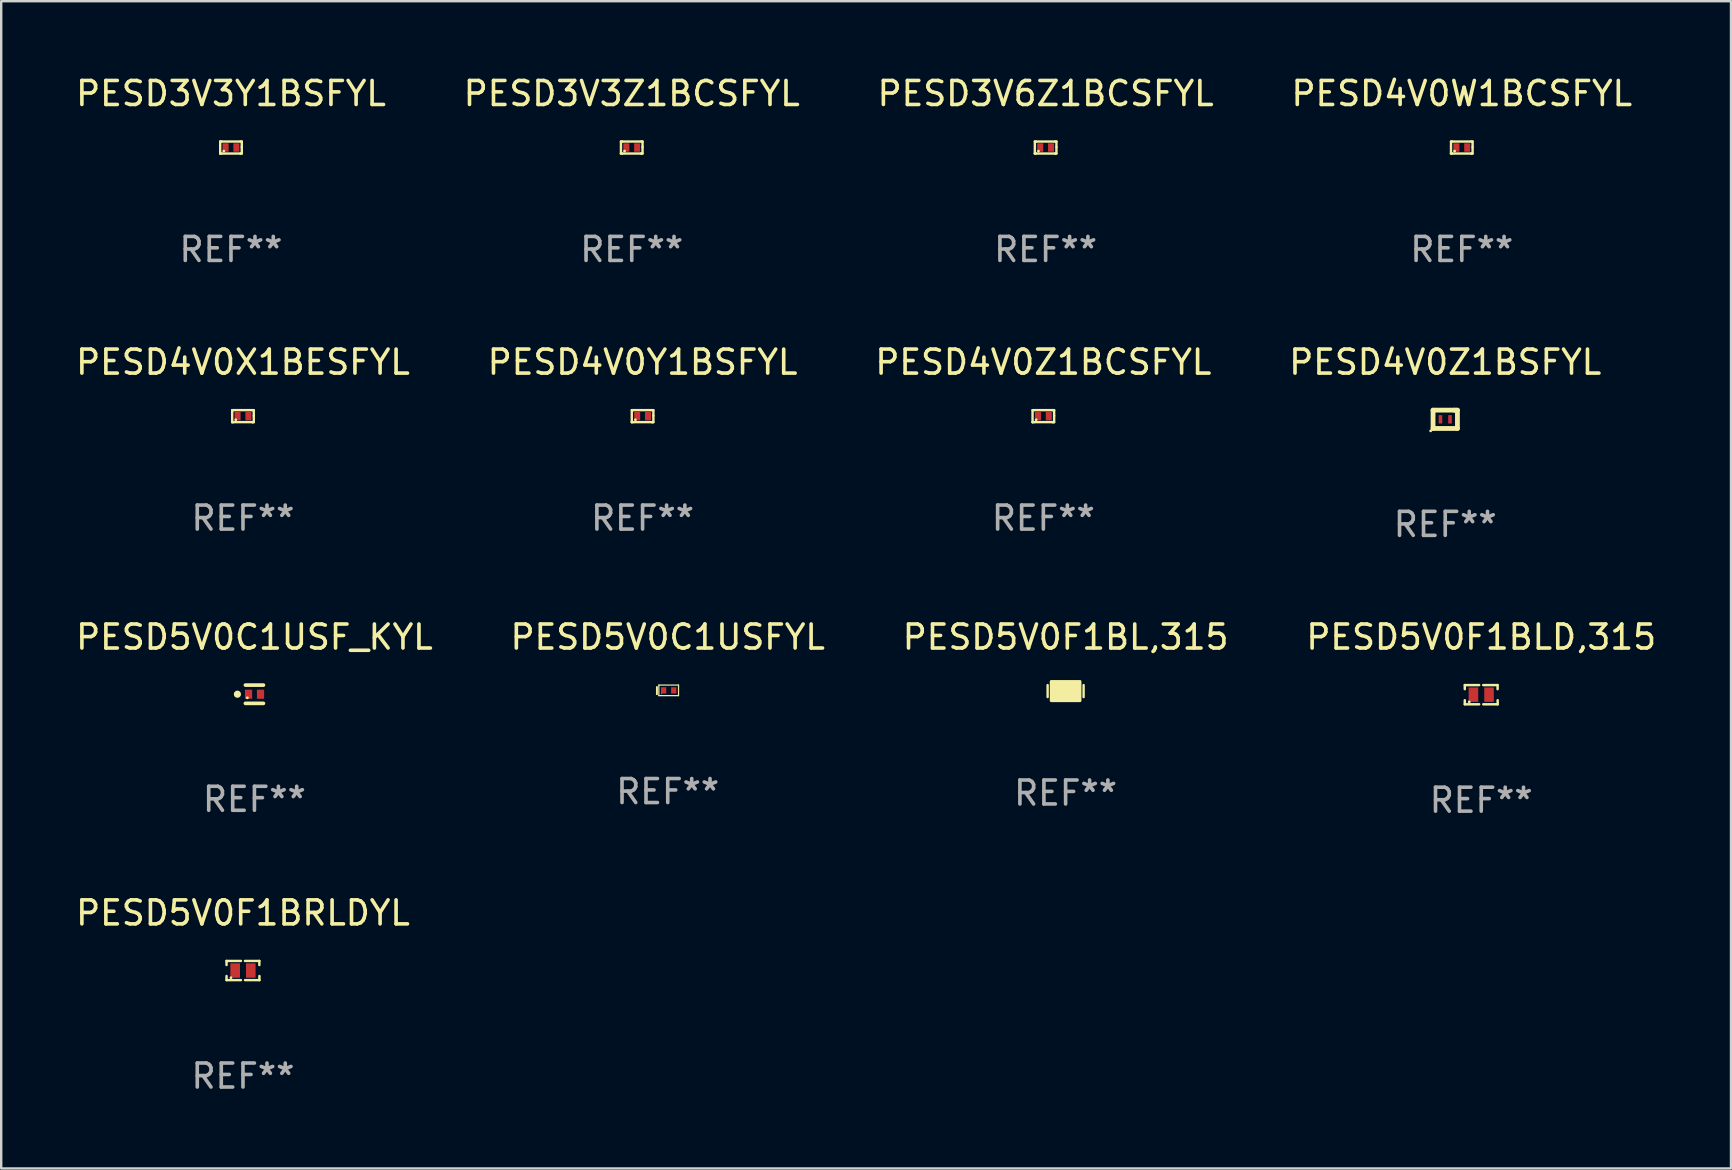
<source format=kicad_pcb>
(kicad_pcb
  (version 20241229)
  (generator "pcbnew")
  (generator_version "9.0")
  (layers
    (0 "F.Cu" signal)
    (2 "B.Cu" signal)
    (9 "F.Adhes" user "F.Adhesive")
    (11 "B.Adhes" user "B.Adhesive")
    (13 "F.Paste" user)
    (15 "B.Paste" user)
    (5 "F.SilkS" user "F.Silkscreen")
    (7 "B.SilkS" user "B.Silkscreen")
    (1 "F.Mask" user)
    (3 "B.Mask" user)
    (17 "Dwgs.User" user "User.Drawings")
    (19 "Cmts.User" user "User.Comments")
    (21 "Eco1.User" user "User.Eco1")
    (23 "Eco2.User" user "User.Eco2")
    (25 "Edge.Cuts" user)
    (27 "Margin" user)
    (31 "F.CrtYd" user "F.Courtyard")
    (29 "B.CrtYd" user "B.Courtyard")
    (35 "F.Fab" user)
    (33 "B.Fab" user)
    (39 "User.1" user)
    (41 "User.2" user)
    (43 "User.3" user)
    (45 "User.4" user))
  (footprint "PESD5V0F1BLD,315"
    (layer "F.Cu")
    (at 58.685 25.903)
    (property "Reference" "PESD5V0F1BLD,315" (at 0 -2.4 0) (layer "F.SilkS") (effects (font (size 1 1) (thickness 0.15))))
    (attr through_hole)
    (fp_line (start -0.685 -0.4) (end -0.685 -0.23) (stroke (width 0.102) (type solid)) (layer "F.SilkS"))
    (fp_line (start -0.685 0.4) (end -0.685 0.23) (stroke (width 0.102) (type solid)) (layer "F.SilkS"))
    (fp_line (start -0.085 -0.4) (end -0.685 -0.4) (stroke (width 0.102) (type solid)) (layer "F.SilkS"))
    (fp_line (start -0.085 0.4) (end -0.685 0.4) (stroke (width 0.102) (type solid)) (layer "F.SilkS"))
    (fp_line (start 0.082 -0.4) (end 0.682 -0.4) (stroke (width 0.102) (type solid)) (layer "F.SilkS"))
    (fp_line (start 0.085 0.4) (end 0.685 0.4) (stroke (width 0.102) (type solid)) (layer "F.SilkS"))
    (fp_line (start 0.682 -0.4) (end 0.682 -0.23) (stroke (width 0.102) (type solid)) (layer "F.SilkS"))
    (fp_line (start 0.685 0.4) (end 0.685 0.23) (stroke (width 0.102) (type solid)) (layer "F.SilkS"))
    (fp_circle (center -0.5 0.3) (end -0.47 0.3) (stroke (width 0.06) (type solid)) (fill no) (layer "F.SilkS"))
    (fp_text user "REF**" (at 0 4.4 0) (layer "F.Fab") (effects (font (size 1 1) (thickness 0.15))))
    (pad "1" smd rect (at -0.325 0) (size 0.4 0.6) (layers "F.Cu" "F.Mask" "F.Paste"))
    (pad "2" smd rect (at 0.325 0) (size 0.4 0.6) (layers "F.Cu" "F.Mask" "F.Paste")))
  (footprint "PESD4V0X1BESFYL"
    (layer "F.Cu")
    (at 7.077 14.295)
    (property "Reference" "PESD4V0X1BESFYL" (at 0 -2.25 0) (layer "F.SilkS") (effects (font (size 1 1) (thickness 0.15))))
    (attr through_hole)
    (fp_line (start -0.45 -0.25) (end -0.45 0.25) (stroke (width 0.1) (type solid)) (layer "F.SilkS"))
    (fp_line (start -0.45 0.25) (end -0.45 0.25) (stroke (width 0.1) (type solid)) (layer "F.SilkS"))
    (fp_line (start -0.4 -0.25) (end -0.45 -0.25) (stroke (width 0.1) (type solid)) (layer "F.SilkS"))
    (fp_line (start -0.4 -0.25) (end 0.4 -0.25) (stroke (width 0.1) (type solid)) (layer "F.SilkS"))
    (fp_line (start -0.4 0.25) (end -0.45 0.25) (stroke (width 0.1) (type solid)) (layer "F.SilkS"))
    (fp_line (start -0.4 0.25) (end 0.4 0.25) (stroke (width 0.1) (type solid)) (layer "F.SilkS"))
    (fp_line (start 0.4 -0.25) (end 0.45 -0.25) (stroke (width 0.1) (type solid)) (layer "F.SilkS"))
    (fp_line (start 0.4 0.25) (end 0.4 0.25) (stroke (width 0.1) (type solid)) (layer "F.SilkS"))
    (fp_line (start 0.45 -0.25) (end 0.45 -0.018) (stroke (width 0.1) (type solid)) (layer "F.SilkS"))
    (fp_line (start 0.45 -0.018) (end 0.45 0.25) (stroke (width 0.1) (type solid)) (layer "F.SilkS"))
    (fp_line (start 0.45 0.25) (end 0.4 0.25) (stroke (width 0.1) (type solid)) (layer "F.SilkS"))
    (fp_circle (center -0.3 0.15) (end -0.27 0.15) (stroke (width 0.06) (type solid)) (fill no) (layer "F.SilkS"))
    (fp_text user "REF**" (at 0 4.25 0) (layer "F.Fab") (effects (font (size 1 1) (thickness 0.15))))
    (pad "1" smd rect (at -0.225 0) (size 0.25 0.35) (layers "F.Cu" "F.Mask" "F.Paste"))
    (pad "2" smd rect (at 0.225 0) (size 0.25 0.35) (layers "F.Cu" "F.Mask" "F.Paste")))
  (footprint "PESD4V0Y1BSFYL"
    (layer "F.Cu")
    (at 23.732 14.295)
    (property "Reference" "PESD4V0Y1BSFYL" (at 0 -2.25 0) (layer "F.SilkS") (effects (font (size 1 1) (thickness 0.15))))
    (attr through_hole)
    (fp_line (start -0.45 -0.25) (end -0.45 0.25) (stroke (width 0.1) (type solid)) (layer "F.SilkS"))
    (fp_line (start -0.45 0.25) (end -0.45 0.25) (stroke (width 0.1) (type solid)) (layer "F.SilkS"))
    (fp_line (start -0.4 -0.25) (end -0.45 -0.25) (stroke (width 0.1) (type solid)) (layer "F.SilkS"))
    (fp_line (start -0.4 -0.25) (end 0.4 -0.25) (stroke (width 0.1) (type solid)) (layer "F.SilkS"))
    (fp_line (start -0.4 0.25) (end -0.45 0.25) (stroke (width 0.1) (type solid)) (layer "F.SilkS"))
    (fp_line (start -0.4 0.25) (end 0.4 0.25) (stroke (width 0.1) (type solid)) (layer "F.SilkS"))
    (fp_line (start 0.4 -0.25) (end 0.45 -0.25) (stroke (width 0.1) (type solid)) (layer "F.SilkS"))
    (fp_line (start 0.4 0.25) (end 0.4 0.25) (stroke (width 0.1) (type solid)) (layer "F.SilkS"))
    (fp_line (start 0.45 -0.25) (end 0.45 -0.018) (stroke (width 0.1) (type solid)) (layer "F.SilkS"))
    (fp_line (start 0.45 -0.018) (end 0.45 0.25) (stroke (width 0.1) (type solid)) (layer "F.SilkS"))
    (fp_line (start 0.45 0.25) (end 0.4 0.25) (stroke (width 0.1) (type solid)) (layer "F.SilkS"))
    (fp_circle (center -0.3 0.15) (end -0.27 0.15) (stroke (width 0.06) (type solid)) (fill no) (layer "F.SilkS"))
    (fp_text user "REF**" (at 0 4.25 0) (layer "F.Fab") (effects (font (size 1 1) (thickness 0.15))))
    (pad "1" smd rect (at -0.225 0) (size 0.25 0.35) (layers "F.Cu" "F.Mask" "F.Paste"))
    (pad "2" smd rect (at 0.225 0) (size 0.25 0.35) (layers "F.Cu" "F.Mask" "F.Paste")))
  (footprint "PESD3V6Z1BCSFYL"
    (layer "F.Cu")
    (at 40.53 3.098)
    (property "Reference" "PESD3V6Z1BCSFYL" (at 0 -2.25 0) (layer "F.SilkS") (effects (font (size 1 1) (thickness 0.15))))
    (attr through_hole)
    (fp_line (start -0.45 -0.25) (end -0.45 0.25) (stroke (width 0.1) (type solid)) (layer "F.SilkS"))
    (fp_line (start -0.45 0.25) (end -0.45 0.25) (stroke (width 0.1) (type solid)) (layer "F.SilkS"))
    (fp_line (start -0.4 -0.25) (end -0.45 -0.25) (stroke (width 0.1) (type solid)) (layer "F.SilkS"))
    (fp_line (start -0.4 -0.25) (end 0.4 -0.25) (stroke (width 0.1) (type solid)) (layer "F.SilkS"))
    (fp_line (start -0.4 0.25) (end -0.45 0.25) (stroke (width 0.1) (type solid)) (layer "F.SilkS"))
    (fp_line (start -0.4 0.25) (end 0.4 0.25) (stroke (width 0.1) (type solid)) (layer "F.SilkS"))
    (fp_line (start 0.4 -0.25) (end 0.45 -0.25) (stroke (width 0.1) (type solid)) (layer "F.SilkS"))
    (fp_line (start 0.4 0.25) (end 0.4 0.25) (stroke (width 0.1) (type solid)) (layer "F.SilkS"))
    (fp_line (start 0.45 -0.25) (end 0.45 -0.018) (stroke (width 0.1) (type solid)) (layer "F.SilkS"))
    (fp_line (start 0.45 -0.018) (end 0.45 0.25) (stroke (width 0.1) (type solid)) (layer "F.SilkS"))
    (fp_line (start 0.45 0.25) (end 0.4 0.25) (stroke (width 0.1) (type solid)) (layer "F.SilkS"))
    (fp_circle (center -0.3 0.15) (end -0.27 0.15) (stroke (width 0.06) (type solid)) (fill no) (layer "F.SilkS"))
    (fp_text user "REF**" (at 0 4.25 0) (layer "F.Fab") (effects (font (size 1 1) (thickness 0.15))))
    (pad "1" smd rect (at -0.225 0) (size 0.25 0.35) (layers "F.Cu" "F.Mask" "F.Paste"))
    (pad "2" smd rect (at 0.225 0) (size 0.25 0.35) (layers "F.Cu" "F.Mask" "F.Paste")))
  (footprint "PESD4V0Z1BCSFYL"
    (layer "F.Cu")
    (at 40.435 14.295)
    (property "Reference" "PESD4V0Z1BCSFYL" (at 0 -2.25 0) (layer "F.SilkS") (effects (font (size 1 1) (thickness 0.15))))
    (attr through_hole)
    (fp_line (start -0.45 -0.25) (end -0.45 0.25) (stroke (width 0.1) (type solid)) (layer "F.SilkS"))
    (fp_line (start -0.45 0.25) (end -0.45 0.25) (stroke (width 0.1) (type solid)) (layer "F.SilkS"))
    (fp_line (start -0.4 -0.25) (end -0.45 -0.25) (stroke (width 0.1) (type solid)) (layer "F.SilkS"))
    (fp_line (start -0.4 -0.25) (end 0.4 -0.25) (stroke (width 0.1) (type solid)) (layer "F.SilkS"))
    (fp_line (start -0.4 0.25) (end -0.45 0.25) (stroke (width 0.1) (type solid)) (layer "F.SilkS"))
    (fp_line (start -0.4 0.25) (end 0.4 0.25) (stroke (width 0.1) (type solid)) (layer "F.SilkS"))
    (fp_line (start 0.4 -0.25) (end 0.45 -0.25) (stroke (width 0.1) (type solid)) (layer "F.SilkS"))
    (fp_line (start 0.4 0.25) (end 0.4 0.25) (stroke (width 0.1) (type solid)) (layer "F.SilkS"))
    (fp_line (start 0.45 -0.25) (end 0.45 -0.018) (stroke (width 0.1) (type solid)) (layer "F.SilkS"))
    (fp_line (start 0.45 -0.018) (end 0.45 0.25) (stroke (width 0.1) (type solid)) (layer "F.SilkS"))
    (fp_line (start 0.45 0.25) (end 0.4 0.25) (stroke (width 0.1) (type solid)) (layer "F.SilkS"))
    (fp_circle (center -0.3 0.15) (end -0.27 0.15) (stroke (width 0.06) (type solid)) (fill no) (layer "F.SilkS"))
    (fp_text user "REF**" (at 0 4.25 0) (layer "F.Fab") (effects (font (size 1 1) (thickness 0.15))))
    (pad "1" smd rect (at -0.225 0) (size 0.25 0.35) (layers "F.Cu" "F.Mask" "F.Paste"))
    (pad "2" smd rect (at 0.225 0) (size 0.25 0.35) (layers "F.Cu" "F.Mask" "F.Paste")))
  (footprint "PESD4V0W1BCSFYL"
    (layer "F.Cu")
    (at 57.875 3.098)
    (property "Reference" "PESD4V0W1BCSFYL" (at 0 -2.25 0) (layer "F.SilkS") (effects (font (size 1 1) (thickness 0.15))))
    (attr through_hole)
    (fp_line (start -0.45 -0.25) (end -0.45 0.25) (stroke (width 0.1) (type solid)) (layer "F.SilkS"))
    (fp_line (start -0.45 0.25) (end -0.45 0.25) (stroke (width 0.1) (type solid)) (layer "F.SilkS"))
    (fp_line (start -0.4 -0.25) (end -0.45 -0.25) (stroke (width 0.1) (type solid)) (layer "F.SilkS"))
    (fp_line (start -0.4 -0.25) (end 0.4 -0.25) (stroke (width 0.1) (type solid)) (layer "F.SilkS"))
    (fp_line (start -0.4 0.25) (end -0.45 0.25) (stroke (width 0.1) (type solid)) (layer "F.SilkS"))
    (fp_line (start -0.4 0.25) (end 0.4 0.25) (stroke (width 0.1) (type solid)) (layer "F.SilkS"))
    (fp_line (start 0.4 -0.25) (end 0.45 -0.25) (stroke (width 0.1) (type solid)) (layer "F.SilkS"))
    (fp_line (start 0.4 0.25) (end 0.4 0.25) (stroke (width 0.1) (type solid)) (layer "F.SilkS"))
    (fp_line (start 0.45 -0.25) (end 0.45 -0.018) (stroke (width 0.1) (type solid)) (layer "F.SilkS"))
    (fp_line (start 0.45 -0.018) (end 0.45 0.25) (stroke (width 0.1) (type solid)) (layer "F.SilkS"))
    (fp_line (start 0.45 0.25) (end 0.4 0.25) (stroke (width 0.1) (type solid)) (layer "F.SilkS"))
    (fp_circle (center -0.3 0.15) (end -0.27 0.15) (stroke (width 0.06) (type solid)) (fill no) (layer "F.SilkS"))
    (fp_text user "REF**" (at 0 4.25 0) (layer "F.Fab") (effects (font (size 1 1) (thickness 0.15))))
    (pad "1" smd rect (at -0.225 0) (size 0.25 0.35) (layers "F.Cu" "F.Mask" "F.Paste"))
    (pad "2" smd rect (at 0.225 0) (size 0.25 0.35) (layers "F.Cu" "F.Mask" "F.Paste")))
  (footprint "PESD5V0F1BRLDYL"
    (layer "F.Cu")
    (at 7.077 37.4)
    (property "Reference" "PESD5V0F1BRLDYL" (at 0 -2.4 0) (layer "F.SilkS") (effects (font (size 1 1) (thickness 0.15))))
    (attr through_hole)
    (fp_line (start -0.685 -0.4) (end -0.685 -0.23) (stroke (width 0.102) (type solid)) (layer "F.SilkS"))
    (fp_line (start -0.685 0.4) (end -0.685 0.23) (stroke (width 0.102) (type solid)) (layer "F.SilkS"))
    (fp_line (start -0.085 -0.4) (end -0.685 -0.4) (stroke (width 0.102) (type solid)) (layer "F.SilkS"))
    (fp_line (start -0.085 0.4) (end -0.685 0.4) (stroke (width 0.102) (type solid)) (layer "F.SilkS"))
    (fp_line (start 0.082 -0.4) (end 0.682 -0.4) (stroke (width 0.102) (type solid)) (layer "F.SilkS"))
    (fp_line (start 0.085 0.4) (end 0.685 0.4) (stroke (width 0.102) (type solid)) (layer "F.SilkS"))
    (fp_line (start 0.682 -0.4) (end 0.682 -0.23) (stroke (width 0.102) (type solid)) (layer "F.SilkS"))
    (fp_line (start 0.685 0.4) (end 0.685 0.23) (stroke (width 0.102) (type solid)) (layer "F.SilkS"))
    (fp_circle (center -0.5 0.3) (end -0.47 0.3) (stroke (width 0.06) (type solid)) (fill no) (layer "F.SilkS"))
    (fp_text user "REF**" (at 0 4.4 0) (layer "F.Fab") (effects (font (size 1 1) (thickness 0.15))))
    (pad "1" smd rect (at -0.325 0) (size 0.4 0.6) (layers "F.Cu" "F.Mask" "F.Paste"))
    (pad "2" smd rect (at 0.325 0) (size 0.4 0.6) (layers "F.Cu" "F.Mask" "F.Paste")))
  (footprint "PESD5V0F1BL,315"
    (layer "F.Cu")
    (at 41.363 25.753)
    (property "Reference" "PESD5V0F1BL,315" (at 0 -2.25 0) (layer "F.SilkS") (effects (font (size 1 1) (thickness 0.15))))
    (attr through_hole)
    (fp_line (start -0.75 0.25) (end -0.75 -0.25) (stroke (width 0.1) (type solid)) (layer "F.SilkS"))
    (fp_line (start 0.75 -0.25) (end 0.75 0.25) (stroke (width 0.1) (type solid)) (layer "F.SilkS"))
    (fp_circle (center -0.5 0.3) (end -0.47 0.3) (stroke (width 0.06) (type solid)) (fill no) (layer "F.SilkS"))
    (fp_poly (pts (xy -0.6 -0.4) (xy 0.6 -0.4) (xy 0.6 0.4) (xy -0.6 0.4)) (stroke (width 0.12) (type solid)) (fill yes) (layer "F.SilkS"))
    (fp_text user "REF**" (at 0 4.25 0) (layer "F.Fab") (effects (font (size 1 1) (thickness 0.15))))
    (pad "1" smd rect (at -0.325 -0.000013) (size 0.3 0.6) (layers "F.Cu" "F.Mask" "F.Paste"))
    (pad "2" smd rect (at 0.325 -0.000013) (size 0.3 0.6) (layers "F.Cu" "F.Mask" "F.Paste")))
  (footprint "PESD5V0C1USFYL"
    (layer "F.Cu")
    (at 24.78 25.723)
    (property "Reference" "PESD5V0C1USFYL" (at 0 -2.22 0) (layer "F.SilkS") (effects (font (size 1 1) (thickness 0.15))))
    (attr through_hole)
    (fp_line (start -0.45 -0.14) (end -0.45 0.16) (stroke (width 0.08) (type solid)) (layer "F.SilkS"))
    (fp_line (start -0.37 -0.22) (end 0.45 -0.22) (stroke (width 0.051) (type solid)) (layer "F.SilkS"))
    (fp_line (start -0.37 0.22) (end -0.37 -0.22) (stroke (width 0.051) (type solid)) (layer "F.SilkS"))
    (fp_line (start 0.45 -0.22) (end 0.45 0.22) (stroke (width 0.051) (type solid)) (layer "F.SilkS"))
    (fp_line (start 0.45 0.22) (end -0.37 0.22) (stroke (width 0.051) (type solid)) (layer "F.SilkS"))
    (fp_circle (center -0.25 0.14) (end -0.24 0.14) (stroke (width 0.02) (type solid)) (fill no) (layer "F.SilkS"))
    (fp_text user "REF**" (at 0 4.22 0) (layer "F.Fab") (effects (font (size 1 1) (thickness 0.15))))
    (pad "1" smd rect (at -0.17 0 90) (size 0.26 0.22) (layers "F.Cu" "F.Mask" "F.Paste"))
    (pad "2" smd rect (at 0.25 0 90) (size 0.26 0.22) (layers "F.Cu" "F.Mask" "F.Paste")))
  (footprint "PESD5V0C1USF_KYL"
    (layer "F.Cu")
    (at 7.554 25.884)
    (property "Reference" "PESD5V0C1USF_KYL" (at 0 -2.381 0) (layer "F.SilkS") (effects (font (size 1 1) (thickness 0.15))))
    (attr through_hole)
    (fp_line (start -0.376 -0.381) (end 0.376 -0.381) (stroke (width 0.152) (type solid)) (layer "F.SilkS"))
    (fp_line (start -0.376 0.381) (end 0.376 0.381) (stroke (width 0.152) (type solid)) (layer "F.SilkS"))
    (fp_circle (center -0.709 0) (end -0.634 0) (stroke (width 0.15) (type solid)) (fill no) (layer "F.SilkS"))
    (fp_circle (center -0.295 0.15) (end -0.265 0.15) (stroke (width 0.06) (type solid)) (fill no) (layer "F.SilkS"))
    (fp_text user "REF**" (at 0 4.381 0) (layer "F.Fab") (effects (font (size 1 1) (thickness 0.15))))
    (pad "1" smd rect (at -0.245 0) (size 0.3 0.378) (layers "F.Cu" "F.Mask" "F.Paste"))
    (pad "2" smd rect (at 0.254 0) (size 0.3 0.378) (layers "F.Cu" "F.Mask" "F.Paste")))
  (footprint "PESD3V3Z1BCSFYL"
    (layer "F.Cu")
    (at 23.28 3.098)
    (property "Reference" "PESD3V3Z1BCSFYL" (at 0 -2.25 0) (layer "F.SilkS") (effects (font (size 1 1) (thickness 0.15))))
    (attr through_hole)
    (fp_line (start -0.45 -0.25) (end -0.45 0.25) (stroke (width 0.1) (type solid)) (layer "F.SilkS"))
    (fp_line (start -0.45 0.25) (end -0.45 0.25) (stroke (width 0.1) (type solid)) (layer "F.SilkS"))
    (fp_line (start -0.4 -0.25) (end -0.45 -0.25) (stroke (width 0.1) (type solid)) (layer "F.SilkS"))
    (fp_line (start -0.4 -0.25) (end 0.4 -0.25) (stroke (width 0.1) (type solid)) (layer "F.SilkS"))
    (fp_line (start -0.4 0.25) (end -0.45 0.25) (stroke (width 0.1) (type solid)) (layer "F.SilkS"))
    (fp_line (start -0.4 0.25) (end 0.4 0.25) (stroke (width 0.1) (type solid)) (layer "F.SilkS"))
    (fp_line (start 0.4 -0.25) (end 0.45 -0.25) (stroke (width 0.1) (type solid)) (layer "F.SilkS"))
    (fp_line (start 0.4 0.25) (end 0.4 0.25) (stroke (width 0.1) (type solid)) (layer "F.SilkS"))
    (fp_line (start 0.45 -0.25) (end 0.45 -0.018) (stroke (width 0.1) (type solid)) (layer "F.SilkS"))
    (fp_line (start 0.45 -0.018) (end 0.45 0.25) (stroke (width 0.1) (type solid)) (layer "F.SilkS"))
    (fp_line (start 0.45 0.25) (end 0.4 0.25) (stroke (width 0.1) (type solid)) (layer "F.SilkS"))
    (fp_circle (center -0.3 0.15) (end -0.27 0.15) (stroke (width 0.06) (type solid)) (fill no) (layer "F.SilkS"))
    (fp_text user "REF**" (at 0 4.25 0) (layer "F.Fab") (effects (font (size 1 1) (thickness 0.15))))
    (pad "1" smd rect (at -0.225 0) (size 0.25 0.35) (layers "F.Cu" "F.Mask" "F.Paste"))
    (pad "2" smd rect (at 0.225 0) (size 0.25 0.35) (layers "F.Cu" "F.Mask" "F.Paste")))
  (footprint "PESD4V0Z1BSFYL"
    (layer "F.Cu")
    (at 57.185 14.426)
    (property "Reference" "PESD4V0Z1BSFYL" (at 0 -2.381 0) (layer "F.SilkS") (effects (font (size 1 1) (thickness 0.15))))
    (attr through_hole)
    (fp_line (start -0.508 -0.381) (end 0.381 -0.381) (stroke (width 0.2) (type solid)) (layer "F.SilkS"))
    (fp_line (start -0.508 0.381) (end -0.508 -0.381) (stroke (width 0.2) (type solid)) (layer "F.SilkS"))
    (fp_line (start 0.381 -0.381) (end 0.508 -0.381) (stroke (width 0.2) (type solid)) (layer "F.SilkS"))
    (fp_line (start 0.508 -0.381) (end 0.508 0.381) (stroke (width 0.2) (type solid)) (layer "F.SilkS"))
    (fp_line (start 0.508 0.381) (end -0.508 0.381) (stroke (width 0.2) (type solid)) (layer "F.SilkS"))
    (fp_circle (center -0.608 0.481) (end -0.578 0.481) (stroke (width 0.06) (type solid)) (fill no) (layer "F.SilkS"))
    (fp_text user "REF**" (at 0 4.381 0) (layer "F.Fab") (effects (font (size 1 1) (thickness 0.15))))
    (pad "1" smd rect (at -0.2 0) (size 0.15 0.35) (layers "F.Cu" "F.Mask" "F.Paste"))
    (pad "2" smd rect (at 0.2 0) (size 0.15 0.35) (layers "F.Cu" "F.Mask" "F.Paste")))
  (footprint "PESD3V3Y1BSFYL"
    (layer "F.Cu")
    (at 6.577 3.098)
    (property "Reference" "PESD3V3Y1BSFYL" (at 0 -2.25 0) (layer "F.SilkS") (effects (font (size 1 1) (thickness 0.15))))
    (attr through_hole)
    (fp_line (start -0.45 -0.25) (end -0.45 0.25) (stroke (width 0.1) (type solid)) (layer "F.SilkS"))
    (fp_line (start -0.45 0.25) (end -0.45 0.25) (stroke (width 0.1) (type solid)) (layer "F.SilkS"))
    (fp_line (start -0.4 -0.25) (end -0.45 -0.25) (stroke (width 0.1) (type solid)) (layer "F.SilkS"))
    (fp_line (start -0.4 -0.25) (end 0.4 -0.25) (stroke (width 0.1) (type solid)) (layer "F.SilkS"))
    (fp_line (start -0.4 0.25) (end -0.45 0.25) (stroke (width 0.1) (type solid)) (layer "F.SilkS"))
    (fp_line (start -0.4 0.25) (end 0.4 0.25) (stroke (width 0.1) (type solid)) (layer "F.SilkS"))
    (fp_line (start 0.4 -0.25) (end 0.45 -0.25) (stroke (width 0.1) (type solid)) (layer "F.SilkS"))
    (fp_line (start 0.4 0.25) (end 0.4 0.25) (stroke (width 0.1) (type solid)) (layer "F.SilkS"))
    (fp_line (start 0.45 -0.25) (end 0.45 -0.018) (stroke (width 0.1) (type solid)) (layer "F.SilkS"))
    (fp_line (start 0.45 -0.018) (end 0.45 0.25) (stroke (width 0.1) (type solid)) (layer "F.SilkS"))
    (fp_line (start 0.45 0.25) (end 0.4 0.25) (stroke (width 0.1) (type solid)) (layer "F.SilkS"))
    (fp_circle (center -0.3 0.15) (end -0.27 0.15) (stroke (width 0.06) (type solid)) (fill no) (layer "F.SilkS"))
    (fp_text user "REF**" (at 0 4.25 0) (layer "F.Fab") (effects (font (size 1 1) (thickness 0.15))))
    (pad "1" smd rect (at -0.225 0) (size 0.25 0.35) (layers "F.Cu" "F.Mask" "F.Paste"))
    (pad "2" smd rect (at 0.225 0) (size 0.25 0.35) (layers "F.Cu" "F.Mask" "F.Paste")))
  (gr_rect
    (start -3 -3)
    (end 69.095 45.649)
    (stroke (width 0.1) (type default))
    (fill no)
    (layer "Edge.Cuts")))
</source>
